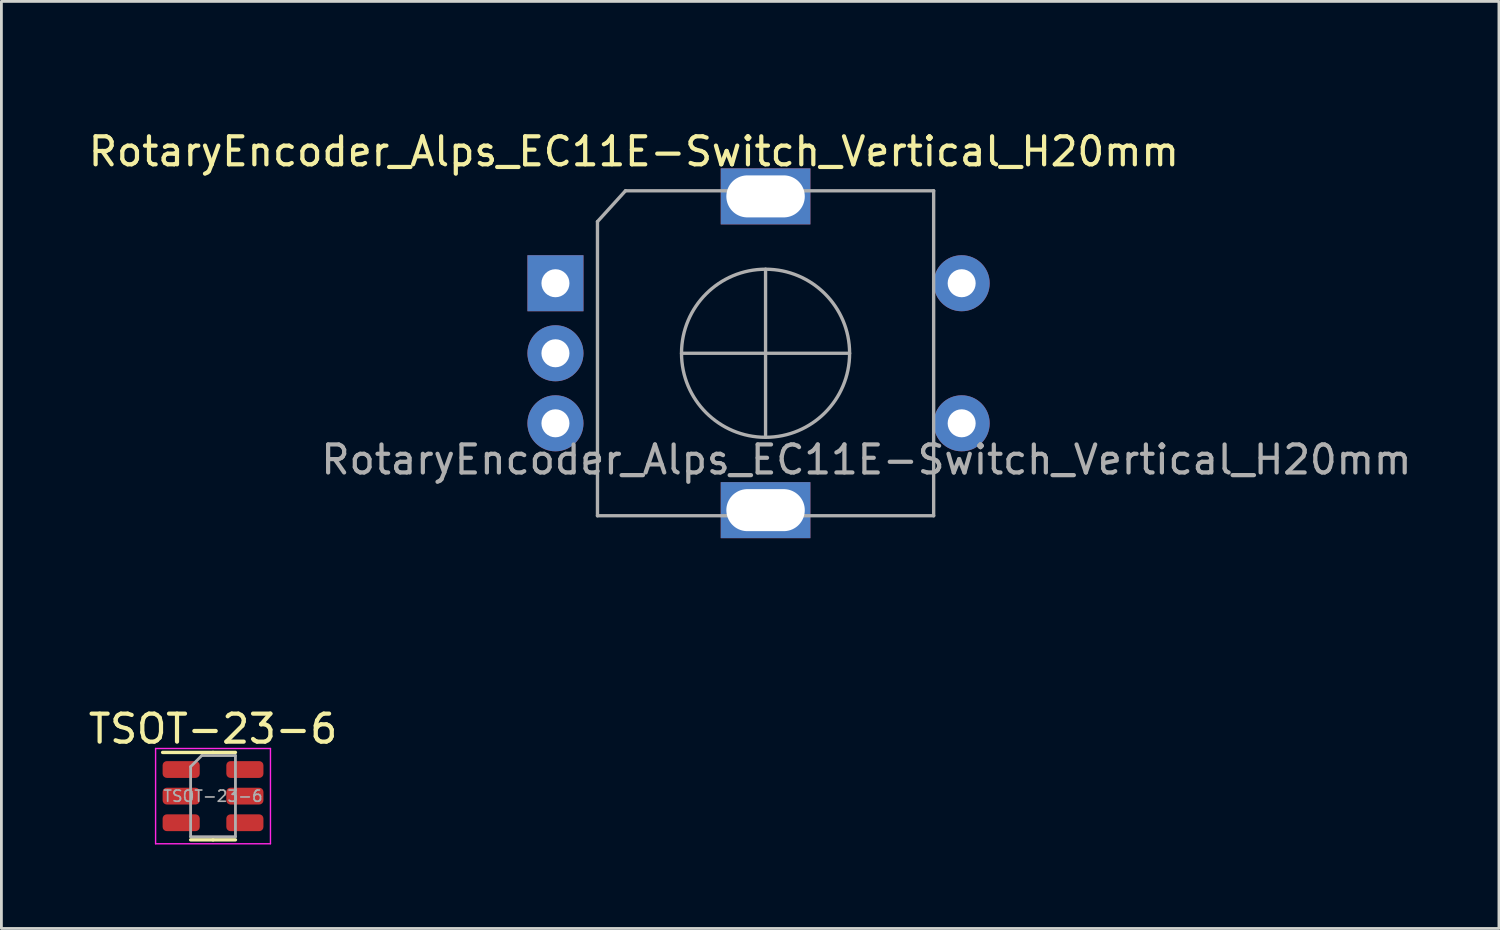
<source format=kicad_pcb>
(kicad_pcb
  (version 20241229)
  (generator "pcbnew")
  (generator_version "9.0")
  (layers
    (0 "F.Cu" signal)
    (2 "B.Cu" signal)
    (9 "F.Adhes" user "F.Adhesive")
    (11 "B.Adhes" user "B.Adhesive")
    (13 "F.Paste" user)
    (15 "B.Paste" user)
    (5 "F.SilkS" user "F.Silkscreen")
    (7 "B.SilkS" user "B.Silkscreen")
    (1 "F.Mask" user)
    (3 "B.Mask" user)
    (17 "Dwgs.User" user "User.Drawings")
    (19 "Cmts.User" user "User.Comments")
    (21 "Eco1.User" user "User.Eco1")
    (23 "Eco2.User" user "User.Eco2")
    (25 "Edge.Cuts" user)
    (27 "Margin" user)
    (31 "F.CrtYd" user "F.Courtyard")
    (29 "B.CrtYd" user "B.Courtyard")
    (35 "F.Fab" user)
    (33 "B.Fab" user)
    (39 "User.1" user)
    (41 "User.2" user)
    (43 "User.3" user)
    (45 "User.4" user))
  (footprint "TSOT-23-6"
    (layer "F.Cu")
    (at 4.554 25.368)
    (property "Reference" "TSOT-23-6" (at 0 -2.4 0) (layer "F.SilkS") (effects (font (size 1 1) (thickness 0.15))))
    (attr smd)
    (fp_line (start 0 -1.56) (end -1.8 -1.56) (stroke (width 0.12) (type solid)) (layer "F.SilkS"))
    (fp_line (start 0 -1.56) (end 0.8 -1.56) (stroke (width 0.12) (type solid)) (layer "F.SilkS"))
    (fp_line (start 0 1.56) (end -0.8 1.56) (stroke (width 0.12) (type solid)) (layer "F.SilkS"))
    (fp_line (start 0 1.56) (end 0.8 1.56) (stroke (width 0.12) (type solid)) (layer "F.SilkS"))
    (fp_line (start -2.05 -1.7) (end -2.05 1.7) (stroke (width 0.05) (type solid)) (layer "F.CrtYd"))
    (fp_line (start -2.05 1.7) (end 2.05 1.7) (stroke (width 0.05) (type solid)) (layer "F.CrtYd"))
    (fp_line (start 2.05 -1.7) (end -2.05 -1.7) (stroke (width 0.05) (type solid)) (layer "F.CrtYd"))
    (fp_line (start 2.05 1.7) (end 2.05 -1.7) (stroke (width 0.05) (type solid)) (layer "F.CrtYd"))
    (fp_line (start -0.8 -1.05) (end -0.4 -1.45) (stroke (width 0.1) (type solid)) (layer "F.Fab"))
    (fp_line (start -0.8 1.45) (end -0.8 -1.05) (stroke (width 0.1) (type solid)) (layer "F.Fab"))
    (fp_line (start -0.4 -1.45) (end 0.8 -1.45) (stroke (width 0.1) (type solid)) (layer "F.Fab"))
    (fp_line (start 0.8 -1.45) (end 0.8 1.45) (stroke (width 0.1) (type solid)) (layer "F.Fab"))
    (fp_line (start 0.8 1.45) (end -0.8 1.45) (stroke (width 0.1) (type solid)) (layer "F.Fab"))
    (fp_text user "${REFERENCE}" (at 0 0 0) (layer "F.Fab") (effects (font (size 0.4 0.4) (thickness 0.06))))
    (pad "1" smd roundrect (at -1.137 -0.95) (size 1.325 0.6) (layers "F.Cu" "F.Mask" "F.Paste") (roundrect_rratio 0.25))
    (pad "2" smd roundrect (at -1.137 0) (size 1.325 0.6) (layers "F.Cu" "F.Mask" "F.Paste") (roundrect_rratio 0.25))
    (pad "3" smd roundrect (at -1.137 0.95) (size 1.325 0.6) (layers "F.Cu" "F.Mask" "F.Paste") (roundrect_rratio 0.25))
    (pad "4" smd roundrect (at 1.137 0.95) (size 1.325 0.6) (layers "F.Cu" "F.Mask" "F.Paste") (roundrect_rratio 0.25))
    (pad "5" smd roundrect (at 1.137 0) (size 1.325 0.6) (layers "F.Cu" "F.Mask" "F.Paste") (roundrect_rratio 0.25))
    (pad "6" smd roundrect (at 1.137 -0.95) (size 1.325 0.6) (layers "F.Cu" "F.Mask" "F.Paste") (roundrect_rratio 0.25)))
  (footprint "RotaryEncoder_Alps_EC11E-Switch_Vertical_H20mm"
    (layer "F.Cu")
    (at 24.277 9.56)
    (property "Reference" "RotaryEncoder_Alps_EC11E-Switch_Vertical_H20mm" (at -4.7 -7.2 180) (layer "F.SilkS") (effects (font (size 1 1) (thickness 0.15))))
    (attr through_hole)
    (fp_line (start -8 -6) (end -8 6) (stroke (width 0.12) (type solid)) (layer "Eco1.User"))
    (fp_line (start -8 -6) (end 7.5 -6) (stroke (width 0.12) (type solid)) (layer "Eco1.User"))
    (fp_line (start -8 6) (end 7.5 6) (stroke (width 0.12) (type solid)) (layer "Eco1.User"))
    (fp_line (start 7.5 -6) (end 7.5 6) (stroke (width 0.12) (type solid)) (layer "Eco1.User"))
    (fp_circle (center 0 0) (end 9.5 0) (stroke (width 0.12) (type solid)) (fill no) (layer "Eco2.User"))
    (fp_line (start -6 -4.7) (end -5 -5.8) (stroke (width 0.12) (type solid)) (layer "F.Fab"))
    (fp_line (start -6 5.8) (end -6 -4.7) (stroke (width 0.12) (type solid)) (layer "F.Fab"))
    (fp_line (start -5 -5.8) (end 6 -5.8) (stroke (width 0.12) (type solid)) (layer "F.Fab"))
    (fp_line (start -3 0) (end 3 0) (stroke (width 0.12) (type solid)) (layer "F.Fab"))
    (fp_line (start 0 -3) (end 0 3) (stroke (width 0.12) (type solid)) (layer "F.Fab"))
    (fp_line (start 6 -5.8) (end 6 5.8) (stroke (width 0.12) (type solid)) (layer "F.Fab"))
    (fp_line (start 6 5.8) (end -6 5.8) (stroke (width 0.12) (type solid)) (layer "F.Fab"))
    (fp_circle (center 0 0) (end 3 0) (stroke (width 0.12) (type solid)) (fill no) (layer "F.Fab"))
    (fp_text user "${REFERENCE}" (at 3.6 3.8 180) (layer "F.Fab") (effects (font (size 1 1) (thickness 0.15))))
    (pad "A" thru_hole rect (at -7.5 -2.5) (size 2 2) (drill 1) (layers "*.Cu" "*.Mask"))
    (pad "B" thru_hole circle (at -7.5 2.5) (size 2 2) (drill 1) (layers "*.Cu" "*.Mask"))
    (pad "C" thru_hole circle (at -7.5 0) (size 2 2) (drill 1) (layers "*.Cu" "*.Mask"))
    (pad "MP" thru_hole rect (at 0 -5.6) (size 3.2 2) (drill oval 2.8 1.5) (layers "*.Cu" "*.Mask"))
    (pad "MP" thru_hole rect (at 0 5.6) (size 3.2 2) (drill oval 2.8 1.5) (layers "*.Cu" "*.Mask"))
    (pad "S1" thru_hole circle (at 7 2.5) (size 2 2) (drill 1) (layers "*.Cu" "*.Mask"))
    (pad "S2" thru_hole circle (at 7 -2.5) (size 2 2) (drill 1) (layers "*.Cu" "*.Mask")))
  (gr_rect
    (start -3 -3)
    (end 50.455 30.093)
    (stroke (width 0.1) (type default))
    (fill no)
    (layer "Edge.Cuts")))
</source>
